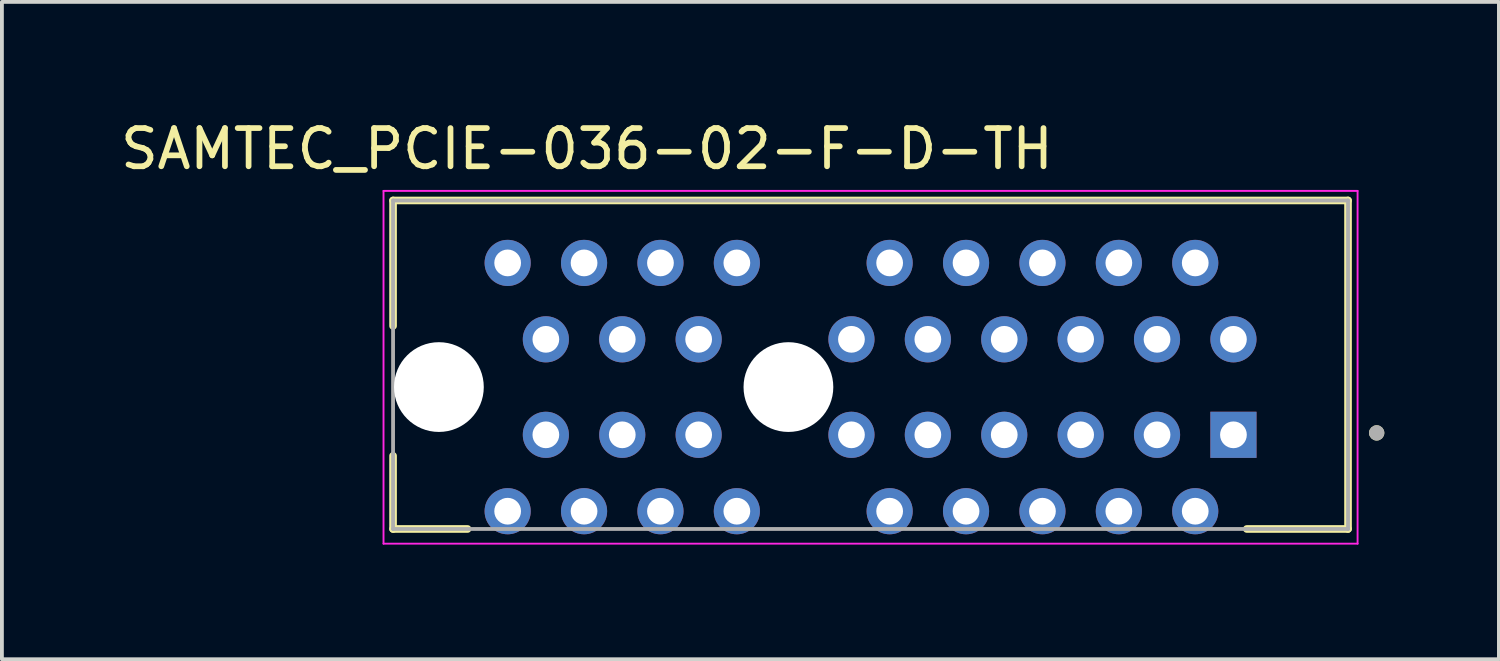
<source format=kicad_pcb>
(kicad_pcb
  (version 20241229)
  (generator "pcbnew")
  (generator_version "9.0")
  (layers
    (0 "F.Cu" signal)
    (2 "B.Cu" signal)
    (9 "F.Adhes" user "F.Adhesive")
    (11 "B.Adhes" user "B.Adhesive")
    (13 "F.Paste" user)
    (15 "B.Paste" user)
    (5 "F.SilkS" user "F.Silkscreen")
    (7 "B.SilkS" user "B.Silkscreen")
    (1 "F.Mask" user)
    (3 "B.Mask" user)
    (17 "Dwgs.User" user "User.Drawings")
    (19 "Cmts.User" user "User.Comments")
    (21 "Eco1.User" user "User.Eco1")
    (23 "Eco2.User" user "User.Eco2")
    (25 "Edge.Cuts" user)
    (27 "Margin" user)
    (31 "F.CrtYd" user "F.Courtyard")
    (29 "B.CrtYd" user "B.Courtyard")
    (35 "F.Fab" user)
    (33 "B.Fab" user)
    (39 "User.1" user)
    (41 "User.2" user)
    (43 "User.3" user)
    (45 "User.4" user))
  (footprint "SAMTEC_PCIE-036-02-F-D-TH"
    (layer "F.Cu")
    (at 19.74 6.498)
    (property "Reference" "SAMTEC_PCIE-036-02-F-D-TH" (at -7.425 -5.65 0) (layer "F.SilkS") (effects (font (size 1 1) (thickness 0.15))))
    (attr through_hole)
    (fp_line (start -12.5 -4.3) (end 12.5 -4.3) (stroke (width 0.2) (type solid)) (layer "F.SilkS"))
    (fp_line (start -12.5 -1.015) (end -12.5 -4.3) (stroke (width 0.2) (type solid)) (layer "F.SilkS"))
    (fp_line (start -12.5 4.3) (end -12.5 2.385) (stroke (width 0.2) (type solid)) (layer "F.SilkS"))
    (fp_line (start -10.55 4.3) (end -12.5 4.3) (stroke (width 0.2) (type solid)) (layer "F.SilkS"))
    (fp_line (start 12.5 -4.3) (end 12.5 4.3) (stroke (width 0.2) (type solid)) (layer "F.SilkS"))
    (fp_line (start 12.5 4.3) (end 9.85 4.3) (stroke (width 0.2) (type solid)) (layer "F.SilkS"))
    (fp_circle (center 13.25 1.785) (end 13.35 1.785) (stroke (width 0.2) (type solid)) (fill no) (layer "F.SilkS"))
    (fp_line (start -12.75 -4.55) (end 12.75 -4.55) (stroke (width 0.05) (type solid)) (layer "F.CrtYd"))
    (fp_line (start -12.75 4.685) (end -12.75 -4.55) (stroke (width 0.05) (type solid)) (layer "F.CrtYd"))
    (fp_line (start 12.75 -4.55) (end 12.75 4.685) (stroke (width 0.05) (type solid)) (layer "F.CrtYd"))
    (fp_line (start 12.75 4.685) (end -12.75 4.685) (stroke (width 0.05) (type solid)) (layer "F.CrtYd"))
    (fp_line (start -12.5 -4.3) (end 12.5 -4.3) (stroke (width 0.1) (type solid)) (layer "F.Fab"))
    (fp_line (start -12.5 4.3) (end -12.5 -4.3) (stroke (width 0.1) (type solid)) (layer "F.Fab"))
    (fp_line (start 12.5 -4.3) (end 12.5 4.3) (stroke (width 0.1) (type solid)) (layer "F.Fab"))
    (fp_line (start 12.5 4.3) (end -12.5 4.3) (stroke (width 0.1) (type solid)) (layer "F.Fab"))
    (fp_circle (center 13.25 1.785) (end 13.35 1.785) (stroke (width 0.2) (type solid)) (fill no) (layer "F.Fab"))
    (pad "" np_thru_hole circle (at -11.3 0.585) (size 2.35 2.35) (drill 2.35) (layers "*.Cu" "*.Mask"))
    (pad "" np_thru_hole circle (at -2.15 0.585) (size 2.35 2.35) (drill 2.35) (layers "*.Cu" "*.Mask"))
    (pad "A1" thru_hole rect (at 9.5 1.835) (size 1.208 1.208) (drill 0.7) (layers "*.Cu" "*.Mask"))
    (pad "A2" thru_hole circle (at 8.5 3.835) (size 1.208 1.208) (drill 0.7) (layers "*.Cu" "*.Mask"))
    (pad "A3" thru_hole circle (at 7.5 1.835) (size 1.208 1.208) (drill 0.7) (layers "*.Cu" "*.Mask"))
    (pad "A4" thru_hole circle (at 6.5 3.835) (size 1.208 1.208) (drill 0.7) (layers "*.Cu" "*.Mask"))
    (pad "A5" thru_hole circle (at 5.5 1.835) (size 1.208 1.208) (drill 0.7) (layers "*.Cu" "*.Mask"))
    (pad "A6" thru_hole circle (at 4.5 3.835) (size 1.208 1.208) (drill 0.7) (layers "*.Cu" "*.Mask"))
    (pad "A7" thru_hole circle (at 3.5 1.835) (size 1.208 1.208) (drill 0.7) (layers "*.Cu" "*.Mask"))
    (pad "A8" thru_hole circle (at 2.5 3.835) (size 1.208 1.208) (drill 0.7) (layers "*.Cu" "*.Mask"))
    (pad "A9" thru_hole circle (at 1.5 1.835) (size 1.208 1.208) (drill 0.7) (layers "*.Cu" "*.Mask"))
    (pad "A10" thru_hole circle (at 0.5 3.835) (size 1.208 1.208) (drill 0.7) (layers "*.Cu" "*.Mask"))
    (pad "A11" thru_hole circle (at -0.5 1.835) (size 1.208 1.208) (drill 0.7) (layers "*.Cu" "*.Mask"))
    (pad "A12" thru_hole circle (at -3.5 3.835) (size 1.208 1.208) (drill 0.7) (layers "*.Cu" "*.Mask"))
    (pad "A13" thru_hole circle (at -4.5 1.835) (size 1.208 1.208) (drill 0.7) (layers "*.Cu" "*.Mask"))
    (pad "A14" thru_hole circle (at -5.5 3.835) (size 1.208 1.208) (drill 0.7) (layers "*.Cu" "*.Mask"))
    (pad "A15" thru_hole circle (at -6.5 1.835) (size 1.208 1.208) (drill 0.7) (layers "*.Cu" "*.Mask"))
    (pad "A16" thru_hole circle (at -7.5 3.835) (size 1.208 1.208) (drill 0.7) (layers "*.Cu" "*.Mask"))
    (pad "A17" thru_hole circle (at -8.5 1.835) (size 1.208 1.208) (drill 0.7) (layers "*.Cu" "*.Mask"))
    (pad "A18" thru_hole circle (at -9.5 3.835) (size 1.208 1.208) (drill 0.7) (layers "*.Cu" "*.Mask"))
    (pad "B1" thru_hole circle (at 9.5 -0.665) (size 1.208 1.208) (drill 0.7) (layers "*.Cu" "*.Mask"))
    (pad "B2" thru_hole circle (at 8.5 -2.665) (size 1.208 1.208) (drill 0.7) (layers "*.Cu" "*.Mask"))
    (pad "B3" thru_hole circle (at 7.5 -0.665) (size 1.208 1.208) (drill 0.7) (layers "*.Cu" "*.Mask"))
    (pad "B4" thru_hole circle (at 6.5 -2.665) (size 1.208 1.208) (drill 0.7) (layers "*.Cu" "*.Mask"))
    (pad "B5" thru_hole circle (at 5.5 -0.665) (size 1.208 1.208) (drill 0.7) (layers "*.Cu" "*.Mask"))
    (pad "B6" thru_hole circle (at 4.5 -2.665) (size 1.208 1.208) (drill 0.7) (layers "*.Cu" "*.Mask"))
    (pad "B7" thru_hole circle (at 3.5 -0.665) (size 1.208 1.208) (drill 0.7) (layers "*.Cu" "*.Mask"))
    (pad "B8" thru_hole circle (at 2.5 -2.665) (size 1.208 1.208) (drill 0.7) (layers "*.Cu" "*.Mask"))
    (pad "B9" thru_hole circle (at 1.5 -0.665) (size 1.208 1.208) (drill 0.7) (layers "*.Cu" "*.Mask"))
    (pad "B10" thru_hole circle (at 0.5 -2.665) (size 1.208 1.208) (drill 0.7) (layers "*.Cu" "*.Mask"))
    (pad "B11" thru_hole circle (at -0.5 -0.665) (size 1.208 1.208) (drill 0.7) (layers "*.Cu" "*.Mask"))
    (pad "B12" thru_hole circle (at -3.5 -2.665) (size 1.208 1.208) (drill 0.7) (layers "*.Cu" "*.Mask"))
    (pad "B13" thru_hole circle (at -4.5 -0.665) (size 1.208 1.208) (drill 0.7) (layers "*.Cu" "*.Mask"))
    (pad "B14" thru_hole circle (at -5.5 -2.665) (size 1.208 1.208) (drill 0.7) (layers "*.Cu" "*.Mask"))
    (pad "B15" thru_hole circle (at -6.5 -0.665) (size 1.208 1.208) (drill 0.7) (layers "*.Cu" "*.Mask"))
    (pad "B16" thru_hole circle (at -7.5 -2.665) (size 1.208 1.208) (drill 0.7) (layers "*.Cu" "*.Mask"))
    (pad "B17" thru_hole circle (at -8.5 -0.665) (size 1.208 1.208) (drill 0.7) (layers "*.Cu" "*.Mask"))
    (pad "B18" thru_hole circle (at -9.5 -2.665) (size 1.208 1.208) (drill 0.7) (layers "*.Cu" "*.Mask")))
  (gr_rect
    (start -3 -3)
    (end 36.19 14.208)
    (stroke (width 0.1) (type default))
    (fill no)
    (layer "Edge.Cuts")))
</source>
